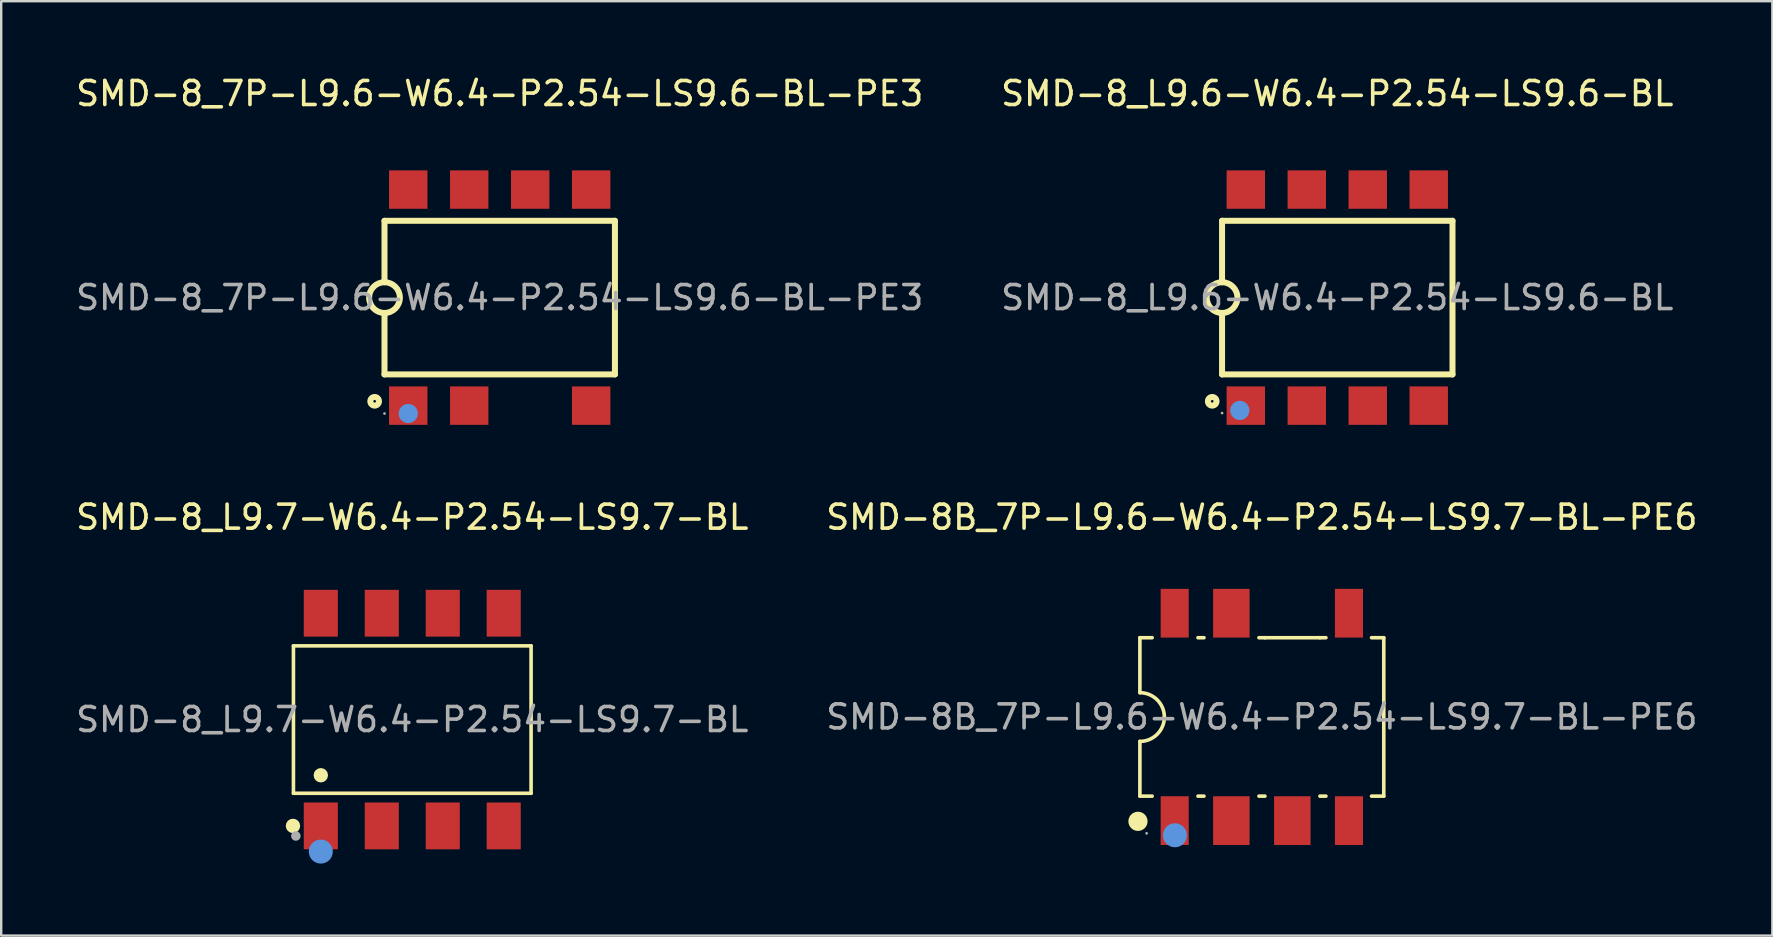
<source format=kicad_pcb>
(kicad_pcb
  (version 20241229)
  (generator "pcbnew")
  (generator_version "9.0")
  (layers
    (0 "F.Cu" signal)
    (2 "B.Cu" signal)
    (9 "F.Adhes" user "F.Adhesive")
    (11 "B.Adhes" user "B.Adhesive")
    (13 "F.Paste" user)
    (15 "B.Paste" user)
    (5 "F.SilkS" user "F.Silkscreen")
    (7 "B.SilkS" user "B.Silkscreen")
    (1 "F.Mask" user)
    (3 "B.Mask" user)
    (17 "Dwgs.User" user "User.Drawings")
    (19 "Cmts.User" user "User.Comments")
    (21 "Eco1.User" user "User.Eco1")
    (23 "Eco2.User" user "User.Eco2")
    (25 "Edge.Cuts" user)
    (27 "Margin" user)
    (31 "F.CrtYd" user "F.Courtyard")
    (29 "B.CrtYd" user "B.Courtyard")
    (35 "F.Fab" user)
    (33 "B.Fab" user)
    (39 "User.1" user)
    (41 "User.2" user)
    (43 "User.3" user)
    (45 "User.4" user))
  (footprint "SMD-8_L9.7-W6.4-P2.54-LS9.7-BL"
    (layer "F.Cu")
    (at 14.125 26.927)
    (property "Reference" "SMD-8_L9.7-W6.4-P2.54-LS9.7-BL" (at 0 -8.43 0) (layer "F.SilkS") (effects (font (size 1 1) (thickness 0.15))))
    (attr through_hole)
    (fp_line (start -4.95 -3.07) (end 4.95 -3.07) (stroke (width 0.15) (type solid)) (layer "F.SilkS"))
    (fp_line (start -4.95 3.07) (end -4.95 -3.07) (stroke (width 0.15) (type solid)) (layer "F.SilkS"))
    (fp_line (start 4.95 -3.07) (end 4.95 3.07) (stroke (width 0.15) (type solid)) (layer "F.SilkS"))
    (fp_line (start 4.95 3.07) (end -4.95 3.07) (stroke (width 0.15) (type solid)) (layer "F.SilkS"))
    (fp_circle (center -4.97 4.43) (end -4.82 4.43) (stroke (width 0.3) (type solid)) (fill no) (layer "F.SilkS"))
    (fp_circle (center -3.81 2.32) (end -3.66 2.32) (stroke (width 0.3) (type solid)) (fill no) (layer "F.SilkS"))
    (fp_circle (center -3.81 5.5) (end -3.56 5.5) (stroke (width 0.5) (type solid)) (fill no) (layer "Cmts.User"))
    (fp_circle (center -4.85 4.85) (end -4.75 4.85) (stroke (width 0.2) (type solid)) (fill no) (layer "F.Fab"))
    (fp_text user "${REFERENCE}" (at 0 0 0) (layer "F.Fab") (effects (font (size 1 1) (thickness 0.15))))
    (pad "1" smd rect (at -3.81 4.43) (size 1.42 1.95) (layers "F.Cu" "F.Mask" "F.Paste"))
    (pad "2" smd rect (at -1.27 4.43) (size 1.42 1.95) (layers "F.Cu" "F.Mask" "F.Paste"))
    (pad "3" smd rect (at 1.27 4.43) (size 1.42 1.95) (layers "F.Cu" "F.Mask" "F.Paste"))
    (pad "4" smd rect (at 3.81 4.43) (size 1.42 1.95) (layers "F.Cu" "F.Mask" "F.Paste"))
    (pad "5" smd rect (at 3.81 -4.43) (size 1.42 1.95) (layers "F.Cu" "F.Mask" "F.Paste"))
    (pad "6" smd rect (at 1.27 -4.43) (size 1.42 1.95) (layers "F.Cu" "F.Mask" "F.Paste"))
    (pad "7" smd rect (at -1.27 -4.43) (size 1.42 1.95) (layers "F.Cu" "F.Mask" "F.Paste"))
    (pad "8" smd rect (at -3.81 -4.43) (size 1.42 1.95) (layers "F.Cu" "F.Mask" "F.Paste")))
  (footprint "SMD-8_L9.6-W6.4-P2.54-LS9.6-BL"
    (layer "F.Cu")
    (at 52.661 9.348)
    (property "Reference" "SMD-8_L9.6-W6.4-P2.54-LS9.6-BL" (at 0 -8.5 0) (layer "F.SilkS") (effects (font (size 1 1) (thickness 0.15))))
    (attr through_hole)
    (fp_line (start -4.8 -3.2) (end -4.8 -0.64) (stroke (width 0.25) (type solid)) (layer "F.SilkS"))
    (fp_line (start -4.8 3.2) (end -4.8 0.64) (stroke (width 0.25) (type solid)) (layer "F.SilkS"))
    (fp_line (start 4.8 -3.2) (end -4.8 -3.2) (stroke (width 0.25) (type solid)) (layer "F.SilkS"))
    (fp_line (start 4.8 3.2) (end -4.8 3.2) (stroke (width 0.25) (type solid)) (layer "F.SilkS"))
    (fp_line (start 4.8 3.2) (end 4.8 -3.2) (stroke (width 0.25) (type solid)) (layer "F.SilkS"))
    (fp_arc (start -4.81117 0.639903) (mid -4.794415 -0.639976) (end -4.8 0.64) (stroke (width 0.25) (type solid)) (layer "F.SilkS"))
    (fp_circle (center -5.21 4.32) (end -5.03 4.32) (stroke (width 0.25) (type solid)) (fill no) (layer "F.SilkS"))
    (fp_circle (center -4.06 4.7) (end -3.86 4.7) (stroke (width 0.4) (type solid)) (fill no) (layer "Cmts.User"))
    (fp_circle (center -4.8 4.81) (end -4.77 4.81) (stroke (width 0.06) (type solid)) (fill no) (layer "F.Fab"))
    (fp_text user "${REFERENCE}" (at 0 0 0) (layer "F.Fab") (effects (font (size 1 1) (thickness 0.15))))
    (pad "1" smd rect (at -3.81 4.5) (size 1.6 1.6) (layers "F.Cu" "F.Mask" "F.Paste"))
    (pad "2" smd rect (at -1.27 4.5) (size 1.6 1.6) (layers "F.Cu" "F.Mask" "F.Paste"))
    (pad "3" smd rect (at 1.27 4.5) (size 1.6 1.6) (layers "F.Cu" "F.Mask" "F.Paste"))
    (pad "4" smd rect (at 3.81 4.5) (size 1.6 1.6) (layers "F.Cu" "F.Mask" "F.Paste"))
    (pad "5" smd rect (at 3.81 -4.5) (size 1.6 1.6) (layers "F.Cu" "F.Mask" "F.Paste"))
    (pad "6" smd rect (at 1.27 -4.5) (size 1.6 1.6) (layers "F.Cu" "F.Mask" "F.Paste"))
    (pad "7" smd rect (at -1.27 -4.5) (size 1.6 1.6) (layers "F.Cu" "F.Mask" "F.Paste"))
    (pad "8" smd rect (at -3.81 -4.5) (size 1.6 1.6) (layers "F.Cu" "F.Mask" "F.Paste")))
  (footprint "SMD-8B_7P-L9.6-W6.4-P2.54-LS9.7-BL-PE6"
    (layer "F.Cu")
    (at 49.518 26.817)
    (property "Reference" "SMD-8B_7P-L9.6-W6.4-P2.54-LS9.7-BL-PE6" (at 0 -8.32 0) (layer "F.SilkS") (effects (font (size 1 1) (thickness 0.15))))
    (attr through_hole)
    (fp_line (start -5.08 -3.3) (end -5.08 -1.01) (stroke (width 0.15) (type solid)) (layer "F.SilkS"))
    (fp_line (start -5.08 1.02) (end -5.08 3.3) (stroke (width 0.15) (type solid)) (layer "F.SilkS"))
    (fp_line (start -5.08 3.3) (end -4.57 3.3) (stroke (width 0.15) (type solid)) (layer "F.SilkS"))
    (fp_line (start -4.57 -3.3) (end -5.08 -3.3) (stroke (width 0.15) (type solid)) (layer "F.SilkS"))
    (fp_line (start -2.66 -3.3) (end -2.41 -3.3) (stroke (width 0.15) (type solid)) (layer "F.SilkS"))
    (fp_line (start -2.66 3.3) (end -2.41 3.3) (stroke (width 0.15) (type solid)) (layer "F.SilkS"))
    (fp_line (start -0.12 -3.3) (end 0.13 -3.3) (stroke (width 0.15) (type solid)) (layer "F.SilkS"))
    (fp_line (start -0.12 3.3) (end 0.13 3.3) (stroke (width 0.15) (type solid)) (layer "F.SilkS"))
    (fp_line (start 0.13 -3.3) (end 2.42 -3.3) (stroke (width 0.15) (type solid)) (layer "F.SilkS"))
    (fp_line (start 2.42 -3.3) (end 2.67 -3.3) (stroke (width 0.15) (type solid)) (layer "F.SilkS"))
    (fp_line (start 2.42 3.3) (end 2.67 3.3) (stroke (width 0.15) (type solid)) (layer "F.SilkS"))
    (fp_line (start 4.57 3.3) (end 5.08 3.3) (stroke (width 0.15) (type solid)) (layer "F.SilkS"))
    (fp_line (start 5.08 -3.3) (end 4.57 -3.3) (stroke (width 0.15) (type solid)) (layer "F.SilkS"))
    (fp_line (start 5.08 3.3) (end 5.08 -3.3) (stroke (width 0.15) (type solid)) (layer "F.SilkS"))
    (fp_arc (start -5.08003 -1.010049) (mid -4.362271 -0.714821) (end -4.06 0) (stroke (width 0.15) (type solid)) (layer "F.SilkS"))
    (fp_arc (start -4.06 0) (mid -4.358751 0.721249) (end -5.08 1.02) (stroke (width 0.15) (type solid)) (layer "F.SilkS"))
    (fp_circle (center -5.16 4.35) (end -4.96 4.35) (stroke (width 0.4) (type solid)) (fill no) (layer "F.SilkS"))
    (fp_circle (center -3.62 4.93) (end -3.37 4.93) (stroke (width 0.5) (type solid)) (fill no) (layer "Cmts.User"))
    (fp_circle (center -4.8 4.85) (end -4.77 4.85) (stroke (width 0.06) (type solid)) (fill no) (layer "F.Fab"))
    (fp_text user "${REFERENCE}" (at 0 0 0) (layer "F.Fab") (effects (font (size 1 1) (thickness 0.15))))
    (pad "1" smd rect (at -3.63 4.32) (size 1.17 2.03) (layers "F.Cu" "F.Mask" "F.Paste"))
    (pad "2" smd rect (at -1.27 4.32) (size 1.52 2.03) (layers "F.Cu" "F.Mask" "F.Paste"))
    (pad "3" smd rect (at 1.27 4.32) (size 1.52 2.03) (layers "F.Cu" "F.Mask" "F.Paste"))
    (pad "4" smd rect (at 3.63 4.32) (size 1.17 2.03) (layers "F.Cu" "F.Mask" "F.Paste"))
    (pad "5" smd rect (at 3.63 -4.32) (size 1.17 2.03) (layers "F.Cu" "F.Mask" "F.Paste"))
    (pad "7" smd rect (at -1.27 -4.32) (size 1.52 2.03) (layers "F.Cu" "F.Mask" "F.Paste"))
    (pad "8" smd rect (at -3.63 -4.32) (size 1.17 2.03) (layers "F.Cu" "F.Mask" "F.Paste")))
  (footprint "SMD-8_7P-L9.6-W6.4-P2.54-LS9.6-BL-PE3"
    (layer "F.Cu")
    (at 17.768 9.348)
    (property "Reference" "SMD-8_7P-L9.6-W6.4-P2.54-LS9.6-BL-PE3" (at 0 -8.5 0) (layer "F.SilkS") (effects (font (size 1 1) (thickness 0.15))))
    (attr through_hole)
    (fp_line (start -4.8 -3.2) (end -4.8 -0.64) (stroke (width 0.25) (type solid)) (layer "F.SilkS"))
    (fp_line (start -4.8 3.2) (end -4.8 0.64) (stroke (width 0.25) (type solid)) (layer "F.SilkS"))
    (fp_line (start 4.8 -3.2) (end -4.8 -3.2) (stroke (width 0.25) (type solid)) (layer "F.SilkS"))
    (fp_line (start 4.8 3.2) (end -4.8 3.2) (stroke (width 0.25) (type solid)) (layer "F.SilkS"))
    (fp_line (start 4.8 3.2) (end 4.8 -3.2) (stroke (width 0.25) (type solid)) (layer "F.SilkS"))
    (fp_arc (start -4.81117 0.639903) (mid -4.794415 -0.639976) (end -4.8 0.64) (stroke (width 0.25) (type solid)) (layer "F.SilkS"))
    (fp_circle (center -5.21 4.32) (end -5.03 4.32) (stroke (width 0.25) (type solid)) (fill no) (layer "F.SilkS"))
    (fp_circle (center -3.81 4.83) (end -3.61 4.83) (stroke (width 0.4) (type solid)) (fill no) (layer "Cmts.User"))
    (fp_circle (center -4.8 4.83) (end -4.77 4.83) (stroke (width 0.06) (type solid)) (fill no) (layer "F.Fab"))
    (fp_text user "${REFERENCE}" (at 0 0 0) (layer "F.Fab") (effects (font (size 1 1) (thickness 0.15))))
    (pad "1" smd rect (at -3.81 4.5) (size 1.6 1.6) (layers "F.Cu" "F.Mask" "F.Paste"))
    (pad "2" smd rect (at -1.27 4.5) (size 1.6 1.6) (layers "F.Cu" "F.Mask" "F.Paste"))
    (pad "4" smd rect (at 3.81 4.5) (size 1.6 1.6) (layers "F.Cu" "F.Mask" "F.Paste"))
    (pad "5" smd rect (at 3.81 -4.5) (size 1.6 1.6) (layers "F.Cu" "F.Mask" "F.Paste"))
    (pad "6" smd rect (at 1.27 -4.5) (size 1.6 1.6) (layers "F.Cu" "F.Mask" "F.Paste"))
    (pad "7" smd rect (at -1.27 -4.5) (size 1.6 1.6) (layers "F.Cu" "F.Mask" "F.Paste"))
    (pad "8" smd rect (at -3.81 -4.5) (size 1.6 1.6) (layers "F.Cu" "F.Mask" "F.Paste")))
  (gr_rect
    (start -3 -3)
    (end 70.786 35.926)
    (stroke (width 0.1) (type default))
    (fill no)
    (layer "Edge.Cuts")))
</source>
